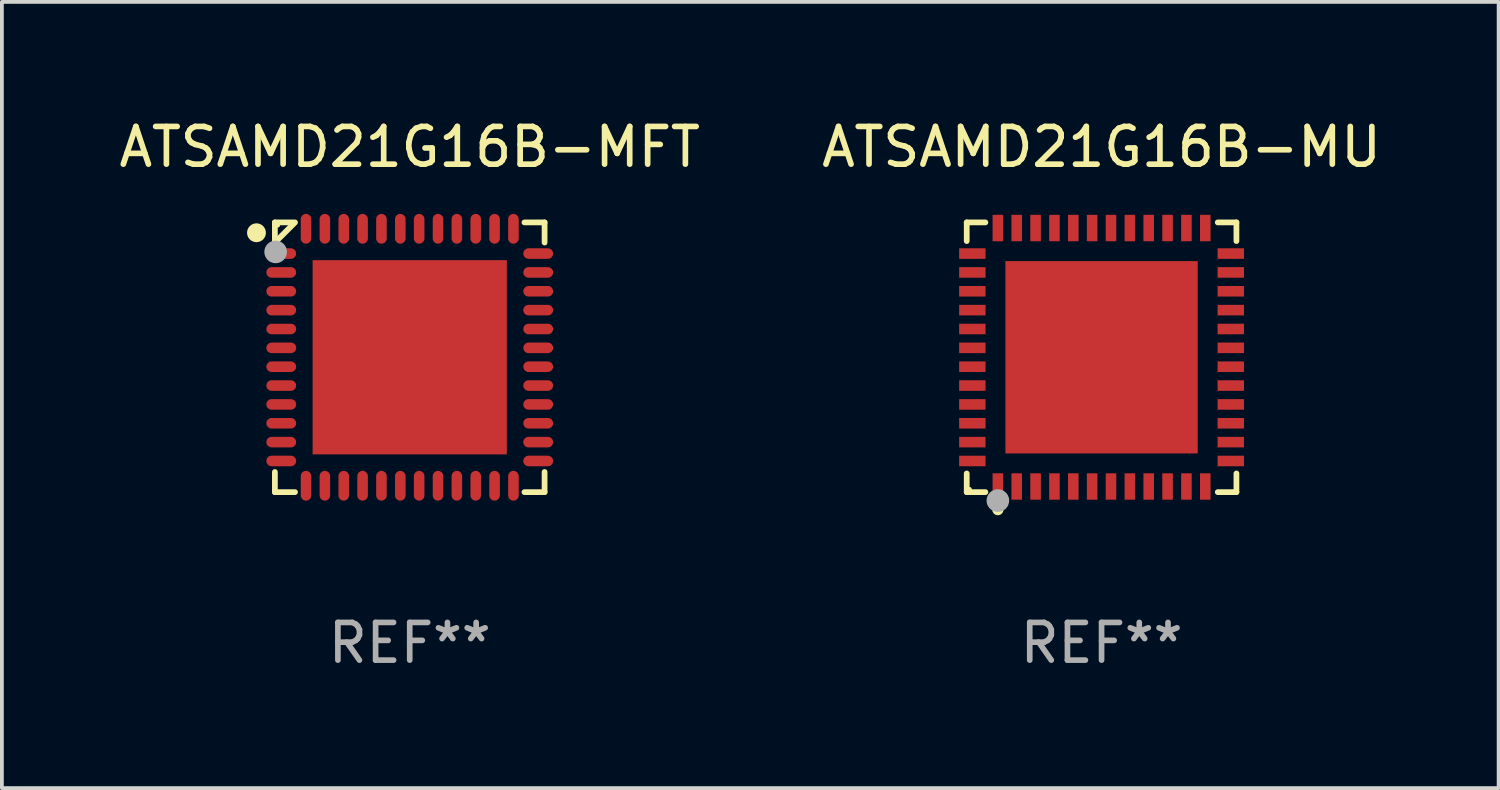
<source format=kicad_pcb>
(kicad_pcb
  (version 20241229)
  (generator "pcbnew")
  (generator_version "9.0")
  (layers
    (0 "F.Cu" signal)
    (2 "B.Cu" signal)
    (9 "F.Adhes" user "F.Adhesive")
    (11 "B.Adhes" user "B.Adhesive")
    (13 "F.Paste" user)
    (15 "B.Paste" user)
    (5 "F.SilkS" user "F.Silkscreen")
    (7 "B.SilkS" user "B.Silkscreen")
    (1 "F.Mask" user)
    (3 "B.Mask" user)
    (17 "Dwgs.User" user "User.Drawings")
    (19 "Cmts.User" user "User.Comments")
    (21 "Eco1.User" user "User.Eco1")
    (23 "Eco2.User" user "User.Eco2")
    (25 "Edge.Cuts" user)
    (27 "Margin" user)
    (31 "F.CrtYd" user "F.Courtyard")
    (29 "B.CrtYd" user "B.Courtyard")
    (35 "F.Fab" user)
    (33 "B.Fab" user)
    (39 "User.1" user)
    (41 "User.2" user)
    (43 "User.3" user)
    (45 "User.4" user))
  (footprint "ATSAMD21G16B-MFT"
    (layer "F.Cu")
    (at 7.815 6.424)
    (property "Reference" "ATSAMD21G16B-MFT" (at 0 -5.576 0) (layer "F.SilkS") (effects (font (size 1 1) (thickness 0.15))))
    (attr through_hole)
    (fp_line (start -3.576 -3.576) (end -3.042 -3.576) (stroke (width 0.152) (type solid)) (layer "F.SilkS"))
    (fp_line (start -3.576 -3.042) (end -3.576 -3.576) (stroke (width 0.152) (type solid)) (layer "F.SilkS"))
    (fp_line (start -3.576 3.042) (end -3.576 3.576) (stroke (width 0.152) (type solid)) (layer "F.SilkS"))
    (fp_line (start -3.576 3.576) (end -3.042 3.576) (stroke (width 0.152) (type solid)) (layer "F.SilkS"))
    (fp_line (start -3.069 -3.549) (end -3.549 -3.069) (stroke (width 0.152) (type solid)) (layer "F.SilkS"))
    (fp_line (start 3.576 -3.576) (end 3.042 -3.576) (stroke (width 0.152) (type solid)) (layer "F.SilkS"))
    (fp_line (start 3.576 -3.042) (end 3.576 -3.576) (stroke (width 0.152) (type solid)) (layer "F.SilkS"))
    (fp_line (start 3.576 3.042) (end 3.576 3.576) (stroke (width 0.152) (type solid)) (layer "F.SilkS"))
    (fp_line (start 3.576 3.576) (end 3.042 3.576) (stroke (width 0.152) (type solid)) (layer "F.SilkS"))
    (fp_circle (center -4.064 -3.302) (end -3.939 -3.302) (stroke (width 0.25) (type solid)) (fill no) (layer "F.SilkS"))
    (fp_circle (center -3.5 -3.5) (end -3.47 -3.5) (stroke (width 0.06) (type solid)) (fill no) (layer "F.SilkS"))
    (fp_circle (center -3.556 -2.794) (end -3.406 -2.794) (stroke (width 0.3) (type solid)) (fill no) (layer "F.Fab"))
    (fp_text user "REF**" (at 0 7.576 0) (layer "F.Fab") (effects (font (size 1 1) (thickness 0.15))))
    (pad "1" smd oval (at -3.407 -2.75) (size 0.79 0.28) (layers "F.Cu" "F.Mask" "F.Paste"))
    (pad "2" smd oval (at -3.407 -2.25) (size 0.79 0.28) (layers "F.Cu" "F.Mask" "F.Paste"))
    (pad "3" smd oval (at -3.407 -1.75) (size 0.79 0.28) (layers "F.Cu" "F.Mask" "F.Paste"))
    (pad "4" smd oval (at -3.407 -1.25) (size 0.79 0.28) (layers "F.Cu" "F.Mask" "F.Paste"))
    (pad "5" smd oval (at -3.407 -0.75) (size 0.79 0.28) (layers "F.Cu" "F.Mask" "F.Paste"))
    (pad "6" smd oval (at -3.407 -0.25) (size 0.79 0.28) (layers "F.Cu" "F.Mask" "F.Paste"))
    (pad "7" smd oval (at -3.407 0.25) (size 0.79 0.28) (layers "F.Cu" "F.Mask" "F.Paste"))
    (pad "8" smd oval (at -3.407 0.75) (size 0.79 0.28) (layers "F.Cu" "F.Mask" "F.Paste"))
    (pad "9" smd oval (at -3.407 1.25) (size 0.79 0.28) (layers "F.Cu" "F.Mask" "F.Paste"))
    (pad "10" smd oval (at -3.407 1.75) (size 0.79 0.28) (layers "F.Cu" "F.Mask" "F.Paste"))
    (pad "11" smd oval (at -3.407 2.25) (size 0.79 0.28) (layers "F.Cu" "F.Mask" "F.Paste"))
    (pad "12" smd oval (at -3.407 2.75) (size 0.79 0.28) (layers "F.Cu" "F.Mask" "F.Paste"))
    (pad "13" smd oval (at -2.75 3.407) (size 0.28 0.79) (layers "F.Cu" "F.Mask" "F.Paste"))
    (pad "14" smd oval (at -2.25 3.407) (size 0.28 0.79) (layers "F.Cu" "F.Mask" "F.Paste"))
    (pad "15" smd oval (at -1.75 3.407) (size 0.28 0.79) (layers "F.Cu" "F.Mask" "F.Paste"))
    (pad "16" smd oval (at -1.25 3.407) (size 0.28 0.79) (layers "F.Cu" "F.Mask" "F.Paste"))
    (pad "17" smd oval (at -0.75 3.407) (size 0.28 0.79) (layers "F.Cu" "F.Mask" "F.Paste"))
    (pad "18" smd oval (at -0.25 3.407) (size 0.28 0.79) (layers "F.Cu" "F.Mask" "F.Paste"))
    (pad "19" smd oval (at 0.25 3.407) (size 0.28 0.79) (layers "F.Cu" "F.Mask" "F.Paste"))
    (pad "20" smd oval (at 0.75 3.407) (size 0.28 0.79) (layers "F.Cu" "F.Mask" "F.Paste"))
    (pad "21" smd oval (at 1.25 3.407) (size 0.28 0.79) (layers "F.Cu" "F.Mask" "F.Paste"))
    (pad "22" smd oval (at 1.75 3.407) (size 0.28 0.79) (layers "F.Cu" "F.Mask" "F.Paste"))
    (pad "23" smd oval (at 2.25 3.407) (size 0.28 0.79) (layers "F.Cu" "F.Mask" "F.Paste"))
    (pad "24" smd oval (at 2.75 3.407) (size 0.28 0.79) (layers "F.Cu" "F.Mask" "F.Paste"))
    (pad "25" smd oval (at 3.407 2.75) (size 0.79 0.28) (layers "F.Cu" "F.Mask" "F.Paste"))
    (pad "26" smd oval (at 3.407 2.25) (size 0.79 0.28) (layers "F.Cu" "F.Mask" "F.Paste"))
    (pad "27" smd oval (at 3.407 1.75) (size 0.79 0.28) (layers "F.Cu" "F.Mask" "F.Paste"))
    (pad "28" smd oval (at 3.407 1.25) (size 0.79 0.28) (layers "F.Cu" "F.Mask" "F.Paste"))
    (pad "29" smd oval (at 3.407 0.75) (size 0.79 0.28) (layers "F.Cu" "F.Mask" "F.Paste"))
    (pad "30" smd oval (at 3.407 0.25) (size 0.79 0.28) (layers "F.Cu" "F.Mask" "F.Paste"))
    (pad "31" smd oval (at 3.407 -0.25) (size 0.79 0.28) (layers "F.Cu" "F.Mask" "F.Paste"))
    (pad "32" smd oval (at 3.407 -0.75) (size 0.79 0.28) (layers "F.Cu" "F.Mask" "F.Paste"))
    (pad "33" smd oval (at 3.407 -1.25) (size 0.79 0.28) (layers "F.Cu" "F.Mask" "F.Paste"))
    (pad "34" smd oval (at 3.407 -1.75) (size 0.79 0.28) (layers "F.Cu" "F.Mask" "F.Paste"))
    (pad "35" smd oval (at 3.407 -2.25) (size 0.79 0.28) (layers "F.Cu" "F.Mask" "F.Paste"))
    (pad "36" smd oval (at 3.407 -2.75) (size 0.79 0.28) (layers "F.Cu" "F.Mask" "F.Paste"))
    (pad "37" smd oval (at 2.75 -3.407) (size 0.28 0.79) (layers "F.Cu" "F.Mask" "F.Paste"))
    (pad "38" smd oval (at 2.25 -3.407) (size 0.28 0.79) (layers "F.Cu" "F.Mask" "F.Paste"))
    (pad "39" smd oval (at 1.75 -3.407) (size 0.28 0.79) (layers "F.Cu" "F.Mask" "F.Paste"))
    (pad "40" smd oval (at 1.25 -3.407) (size 0.28 0.79) (layers "F.Cu" "F.Mask" "F.Paste"))
    (pad "41" smd oval (at 0.75 -3.407) (size 0.28 0.79) (layers "F.Cu" "F.Mask" "F.Paste"))
    (pad "42" smd oval (at 0.25 -3.407) (size 0.28 0.79) (layers "F.Cu" "F.Mask" "F.Paste"))
    (pad "43" smd oval (at -0.25 -3.407) (size 0.28 0.79) (layers "F.Cu" "F.Mask" "F.Paste"))
    (pad "44" smd oval (at -0.75 -3.407) (size 0.28 0.79) (layers "F.Cu" "F.Mask" "F.Paste"))
    (pad "45" smd oval (at -1.25 -3.407) (size 0.28 0.79) (layers "F.Cu" "F.Mask" "F.Paste"))
    (pad "46" smd oval (at -1.75 -3.407) (size 0.28 0.79) (layers "F.Cu" "F.Mask" "F.Paste"))
    (pad "47" smd oval (at -2.25 -3.407) (size 0.28 0.79) (layers "F.Cu" "F.Mask" "F.Paste"))
    (pad "48" smd oval (at -2.75 -3.407) (size 0.28 0.79) (layers "F.Cu" "F.Mask" "F.Paste"))
    (pad "49" smd rect (at 0 0) (size 5.15 5.15) (layers "F.Cu" "F.Mask" "F.Paste")))
  (footprint "ATSAMD21G16B-MU"
    (layer "F.Cu")
    (at 26.161 6.424)
    (property "Reference" "ATSAMD21G16B-MU" (at 0 -5.576 0) (layer "F.SilkS") (effects (font (size 1 1) (thickness 0.15))))
    (attr through_hole)
    (fp_line (start -3.576 -3.576) (end -3.081 -3.576) (stroke (width 0.152) (type solid)) (layer "F.SilkS"))
    (fp_line (start -3.576 -3.081) (end -3.576 -3.576) (stroke (width 0.152) (type solid)) (layer "F.SilkS"))
    (fp_line (start -3.576 3.081) (end -3.576 3.576) (stroke (width 0.152) (type solid)) (layer "F.SilkS"))
    (fp_line (start -3.576 3.576) (end -3.081 3.576) (stroke (width 0.152) (type solid)) (layer "F.SilkS"))
    (fp_line (start 3.576 -3.576) (end 3.081 -3.576) (stroke (width 0.152) (type solid)) (layer "F.SilkS"))
    (fp_line (start 3.576 -3.081) (end 3.576 -3.576) (stroke (width 0.152) (type solid)) (layer "F.SilkS"))
    (fp_line (start 3.576 3.081) (end 3.576 3.576) (stroke (width 0.152) (type solid)) (layer "F.SilkS"))
    (fp_line (start 3.576 3.576) (end 3.081 3.576) (stroke (width 0.152) (type solid)) (layer "F.SilkS"))
    (fp_circle (center -3.5 3.5) (end -3.47 3.5) (stroke (width 0.06) (type solid)) (fill no) (layer "F.SilkS"))
    (fp_circle (center -2.75 4.04) (end -2.675 4.04) (stroke (width 0.15) (type solid)) (fill no) (layer "F.SilkS"))
    (fp_circle (center -2.75 3.8) (end -2.6 3.8) (stroke (width 0.3) (type solid)) (fill no) (layer "F.Fab"))
    (fp_text user "REF**" (at 0 7.576 0) (layer "F.Fab") (effects (font (size 1 1) (thickness 0.15))))
    (pad "1" smd rect (at -2.75 3.427) (size 0.28 0.7) (layers "F.Cu" "F.Mask" "F.Paste"))
    (pad "2" smd rect (at -2.25 3.427) (size 0.28 0.7) (layers "F.Cu" "F.Mask" "F.Paste"))
    (pad "3" smd rect (at -1.75 3.427) (size 0.28 0.7) (layers "F.Cu" "F.Mask" "F.Paste"))
    (pad "4" smd rect (at -1.25 3.427) (size 0.28 0.7) (layers "F.Cu" "F.Mask" "F.Paste"))
    (pad "5" smd rect (at -0.75 3.427) (size 0.28 0.7) (layers "F.Cu" "F.Mask" "F.Paste"))
    (pad "6" smd rect (at -0.25 3.427) (size 0.28 0.7) (layers "F.Cu" "F.Mask" "F.Paste"))
    (pad "7" smd rect (at 0.25 3.427) (size 0.28 0.7) (layers "F.Cu" "F.Mask" "F.Paste"))
    (pad "8" smd rect (at 0.75 3.427) (size 0.28 0.7) (layers "F.Cu" "F.Mask" "F.Paste"))
    (pad "9" smd rect (at 1.25 3.427) (size 0.28 0.7) (layers "F.Cu" "F.Mask" "F.Paste"))
    (pad "10" smd rect (at 1.75 3.427) (size 0.28 0.7) (layers "F.Cu" "F.Mask" "F.Paste"))
    (pad "11" smd rect (at 2.25 3.427) (size 0.28 0.7) (layers "F.Cu" "F.Mask" "F.Paste"))
    (pad "12" smd rect (at 2.75 3.427) (size 0.28 0.7) (layers "F.Cu" "F.Mask" "F.Paste"))
    (pad "13" smd rect (at 3.427 2.75) (size 0.7 0.28) (layers "F.Cu" "F.Mask" "F.Paste"))
    (pad "14" smd rect (at 3.427 2.25) (size 0.7 0.28) (layers "F.Cu" "F.Mask" "F.Paste"))
    (pad "15" smd rect (at 3.427 1.75) (size 0.7 0.28) (layers "F.Cu" "F.Mask" "F.Paste"))
    (pad "16" smd rect (at 3.427 1.25) (size 0.7 0.28) (layers "F.Cu" "F.Mask" "F.Paste"))
    (pad "17" smd rect (at 3.427 0.75) (size 0.7 0.28) (layers "F.Cu" "F.Mask" "F.Paste"))
    (pad "18" smd rect (at 3.427 0.25) (size 0.7 0.28) (layers "F.Cu" "F.Mask" "F.Paste"))
    (pad "19" smd rect (at 3.427 -0.25) (size 0.7 0.28) (layers "F.Cu" "F.Mask" "F.Paste"))
    (pad "20" smd rect (at 3.427 -0.75) (size 0.7 0.28) (layers "F.Cu" "F.Mask" "F.Paste"))
    (pad "21" smd rect (at 3.427 -1.25) (size 0.7 0.28) (layers "F.Cu" "F.Mask" "F.Paste"))
    (pad "22" smd rect (at 3.427 -1.75) (size 0.7 0.28) (layers "F.Cu" "F.Mask" "F.Paste"))
    (pad "23" smd rect (at 3.427 -2.25) (size 0.7 0.28) (layers "F.Cu" "F.Mask" "F.Paste"))
    (pad "24" smd rect (at 3.427 -2.75) (size 0.7 0.28) (layers "F.Cu" "F.Mask" "F.Paste"))
    (pad "25" smd rect (at 2.75 -3.427) (size 0.28 0.7) (layers "F.Cu" "F.Mask" "F.Paste"))
    (pad "26" smd rect (at 2.25 -3.427) (size 0.28 0.7) (layers "F.Cu" "F.Mask" "F.Paste"))
    (pad "27" smd rect (at 1.75 -3.427) (size 0.28 0.7) (layers "F.Cu" "F.Mask" "F.Paste"))
    (pad "28" smd rect (at 1.25 -3.427) (size 0.28 0.7) (layers "F.Cu" "F.Mask" "F.Paste"))
    (pad "29" smd rect (at 0.75 -3.427) (size 0.28 0.7) (layers "F.Cu" "F.Mask" "F.Paste"))
    (pad "30" smd rect (at 0.25 -3.427) (size 0.28 0.7) (layers "F.Cu" "F.Mask" "F.Paste"))
    (pad "31" smd rect (at -0.25 -3.427) (size 0.28 0.7) (layers "F.Cu" "F.Mask" "F.Paste"))
    (pad "32" smd rect (at -0.75 -3.427) (size 0.28 0.7) (layers "F.Cu" "F.Mask" "F.Paste"))
    (pad "33" smd rect (at -1.25 -3.427) (size 0.28 0.7) (layers "F.Cu" "F.Mask" "F.Paste"))
    (pad "34" smd rect (at -1.75 -3.427) (size 0.28 0.7) (layers "F.Cu" "F.Mask" "F.Paste"))
    (pad "35" smd rect (at -2.25 -3.427) (size 0.28 0.7) (layers "F.Cu" "F.Mask" "F.Paste"))
    (pad "36" smd rect (at -2.75 -3.427) (size 0.28 0.7) (layers "F.Cu" "F.Mask" "F.Paste"))
    (pad "37" smd rect (at -3.427 -2.75) (size 0.7 0.28) (layers "F.Cu" "F.Mask" "F.Paste"))
    (pad "38" smd rect (at -3.427 -2.25) (size 0.7 0.28) (layers "F.Cu" "F.Mask" "F.Paste"))
    (pad "39" smd rect (at -3.427 -1.75) (size 0.7 0.28) (layers "F.Cu" "F.Mask" "F.Paste"))
    (pad "40" smd rect (at -3.427 -1.25) (size 0.7 0.28) (layers "F.Cu" "F.Mask" "F.Paste"))
    (pad "41" smd rect (at -3.427 -0.75) (size 0.7 0.28) (layers "F.Cu" "F.Mask" "F.Paste"))
    (pad "42" smd rect (at -3.427 -0.25) (size 0.7 0.28) (layers "F.Cu" "F.Mask" "F.Paste"))
    (pad "43" smd rect (at -3.427 0.25) (size 0.7 0.28) (layers "F.Cu" "F.Mask" "F.Paste"))
    (pad "44" smd rect (at -3.427 0.75) (size 0.7 0.28) (layers "F.Cu" "F.Mask" "F.Paste"))
    (pad "45" smd rect (at -3.427 1.25) (size 0.7 0.28) (layers "F.Cu" "F.Mask" "F.Paste"))
    (pad "46" smd rect (at -3.427 1.75) (size 0.7 0.28) (layers "F.Cu" "F.Mask" "F.Paste"))
    (pad "47" smd rect (at -3.427 2.25) (size 0.7 0.28) (layers "F.Cu" "F.Mask" "F.Paste"))
    (pad "48" smd rect (at -3.427 2.75) (size 0.7 0.28) (layers "F.Cu" "F.Mask" "F.Paste"))
    (pad "49" smd rect (at 0 0) (size 5.1 5.1) (layers "F.Cu" "F.Mask" "F.Paste")))
  (gr_rect
    (start -3 -3)
    (end 36.69 17.849)
    (stroke (width 0.1) (type default))
    (fill no)
    (layer "Edge.Cuts")))
</source>
